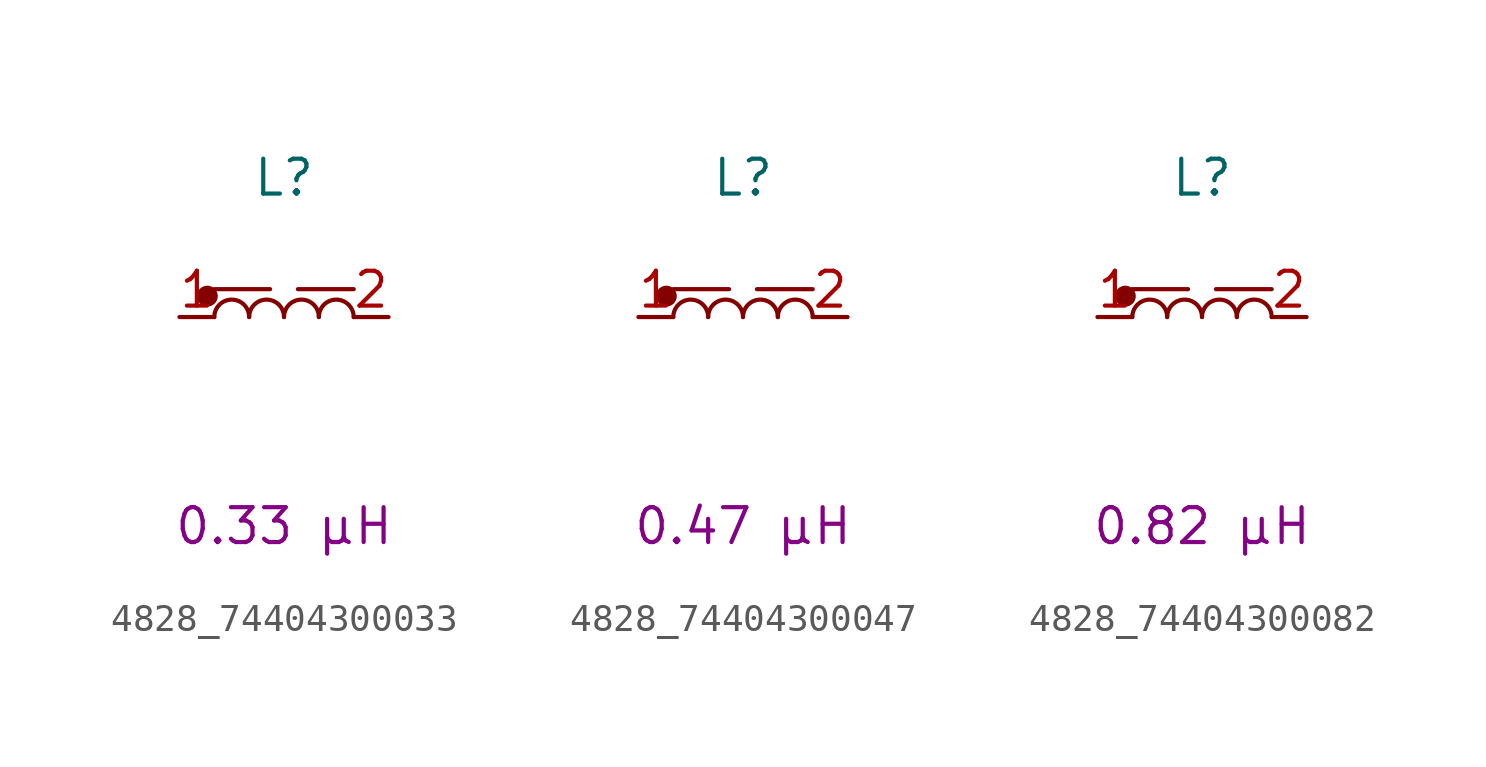
<source format=kicad_sym>
(kicad_symbol_lib
  (version 20220914)
  (generator kicad_symbol_editor)
  (symbol "4828_74404300033"
    (pin_names hide)
    (property "Reference" "L"
      (at 0 5.08 0)
      (effects (font (size 1.27 1.27))))
    (property "Critical Parameter" "0.33 µH"
      (at 0 -7.62 0)
      (effects (font (size 1.27 1.27))))
    (symbol "4828_74404300033_0_1"
      (arc (start -1.27 0) (mid -1.905 0.6323) (end -2.54 0) (stroke (width 0) (type default)) (fill (type none)))
      (arc (start 0 0) (mid -0.635 0.6323) (end -1.27 0) (stroke (width 0) (type default)) (fill (type none)))
      (polyline (pts (xy -2.54 1.016) (xy -0.508 1.016)) (stroke (width 0) (type default)) (fill (type none)))
      (arc (start 1.27 0) (mid 0.635 0.6323) (end 0 0) (stroke (width 0) (type default)) (fill (type none)))
      (arc (start 2.54 0) (mid 1.905 0.6323) (end 1.27 0) (stroke (width 0) (type default)) (fill (type none))))
    (symbol "4828_74404300033_1_1"
      (circle (center -2.794 0.762) (radius 0.0001) (stroke (width 0.381) (type default)) (fill (type none)))
      (polyline (pts (xy 2.54 1.016) (xy 0.508 1.016)) (stroke (width 0) (type default)) (fill (type none)))
      (pin passive line (at -3.81 0 0) (length 1.27) (name "1" (effects (font (size 1.27 1.27)))) (number "1" (effects (font (size 1.27 1.27)))))
      (pin passive line (at 3.81 0 180) (length 1.27) (name "2" (effects (font (size 1.27 1.27)))) (number "2" (effects (font (size 1.27 1.27)))))))
  (symbol "4828_74404300047"
    (pin_names hide)
    (property "Reference" "L"
      (at 0 5.08 0)
      (effects (font (size 1.27 1.27))))
    (property "Critical Parameter" "0.47 µH"
      (at 0 -7.62 0)
      (effects (font (size 1.27 1.27))))
    (symbol "4828_74404300047_0_1"
      (arc (start -1.27 0) (mid -1.905 0.6323) (end -2.54 0) (stroke (width 0) (type default)) (fill (type none)))
      (arc (start 0 0) (mid -0.635 0.6323) (end -1.27 0) (stroke (width 0) (type default)) (fill (type none)))
      (polyline (pts (xy -2.54 1.016) (xy -0.508 1.016)) (stroke (width 0) (type default)) (fill (type none)))
      (arc (start 1.27 0) (mid 0.635 0.6323) (end 0 0) (stroke (width 0) (type default)) (fill (type none)))
      (arc (start 2.54 0) (mid 1.905 0.6323) (end 1.27 0) (stroke (width 0) (type default)) (fill (type none))))
    (symbol "4828_74404300047_1_1"
      (circle (center -2.794 0.762) (radius 0.0001) (stroke (width 0.381) (type default)) (fill (type none)))
      (polyline (pts (xy 2.54 1.016) (xy 0.508 1.016)) (stroke (width 0) (type default)) (fill (type none)))
      (pin passive line (at -3.81 0 0) (length 1.27) (name "1" (effects (font (size 1.27 1.27)))) (number "1" (effects (font (size 1.27 1.27)))))
      (pin passive line (at 3.81 0 180) (length 1.27) (name "2" (effects (font (size 1.27 1.27)))) (number "2" (effects (font (size 1.27 1.27)))))))
  (symbol "4828_74404300082"
    (pin_names hide)
    (property "Reference" "L"
      (at 0 5.08 0)
      (effects (font (size 1.27 1.27))))
    (property "Critical Parameter" "0.82 µH"
      (at 0 -7.62 0)
      (effects (font (size 1.27 1.27))))
    (symbol "4828_74404300082_0_1"
      (arc (start -1.27 0) (mid -1.905 0.6323) (end -2.54 0) (stroke (width 0) (type default)) (fill (type none)))
      (arc (start 0 0) (mid -0.635 0.6323) (end -1.27 0) (stroke (width 0) (type default)) (fill (type none)))
      (polyline (pts (xy -2.54 1.016) (xy -0.508 1.016)) (stroke (width 0) (type default)) (fill (type none)))
      (arc (start 1.27 0) (mid 0.635 0.6323) (end 0 0) (stroke (width 0) (type default)) (fill (type none)))
      (arc (start 2.54 0) (mid 1.905 0.6323) (end 1.27 0) (stroke (width 0) (type default)) (fill (type none))))
    (symbol "4828_74404300082_1_1"
      (circle (center -2.794 0.762) (radius 0.0001) (stroke (width 0.381) (type default)) (fill (type none)))
      (polyline (pts (xy 2.54 1.016) (xy 0.508 1.016)) (stroke (width 0) (type default)) (fill (type none)))
      (pin passive line (at -3.81 0 0) (length 1.27) (name "1" (effects (font (size 1.27 1.27)))) (number "1" (effects (font (size 1.27 1.27)))))
      (pin passive line (at 3.81 0 180) (length 1.27) (name "2" (effects (font (size 1.27 1.27)))) (number "2" (effects (font (size 1.27 1.27))))))))
</source>
